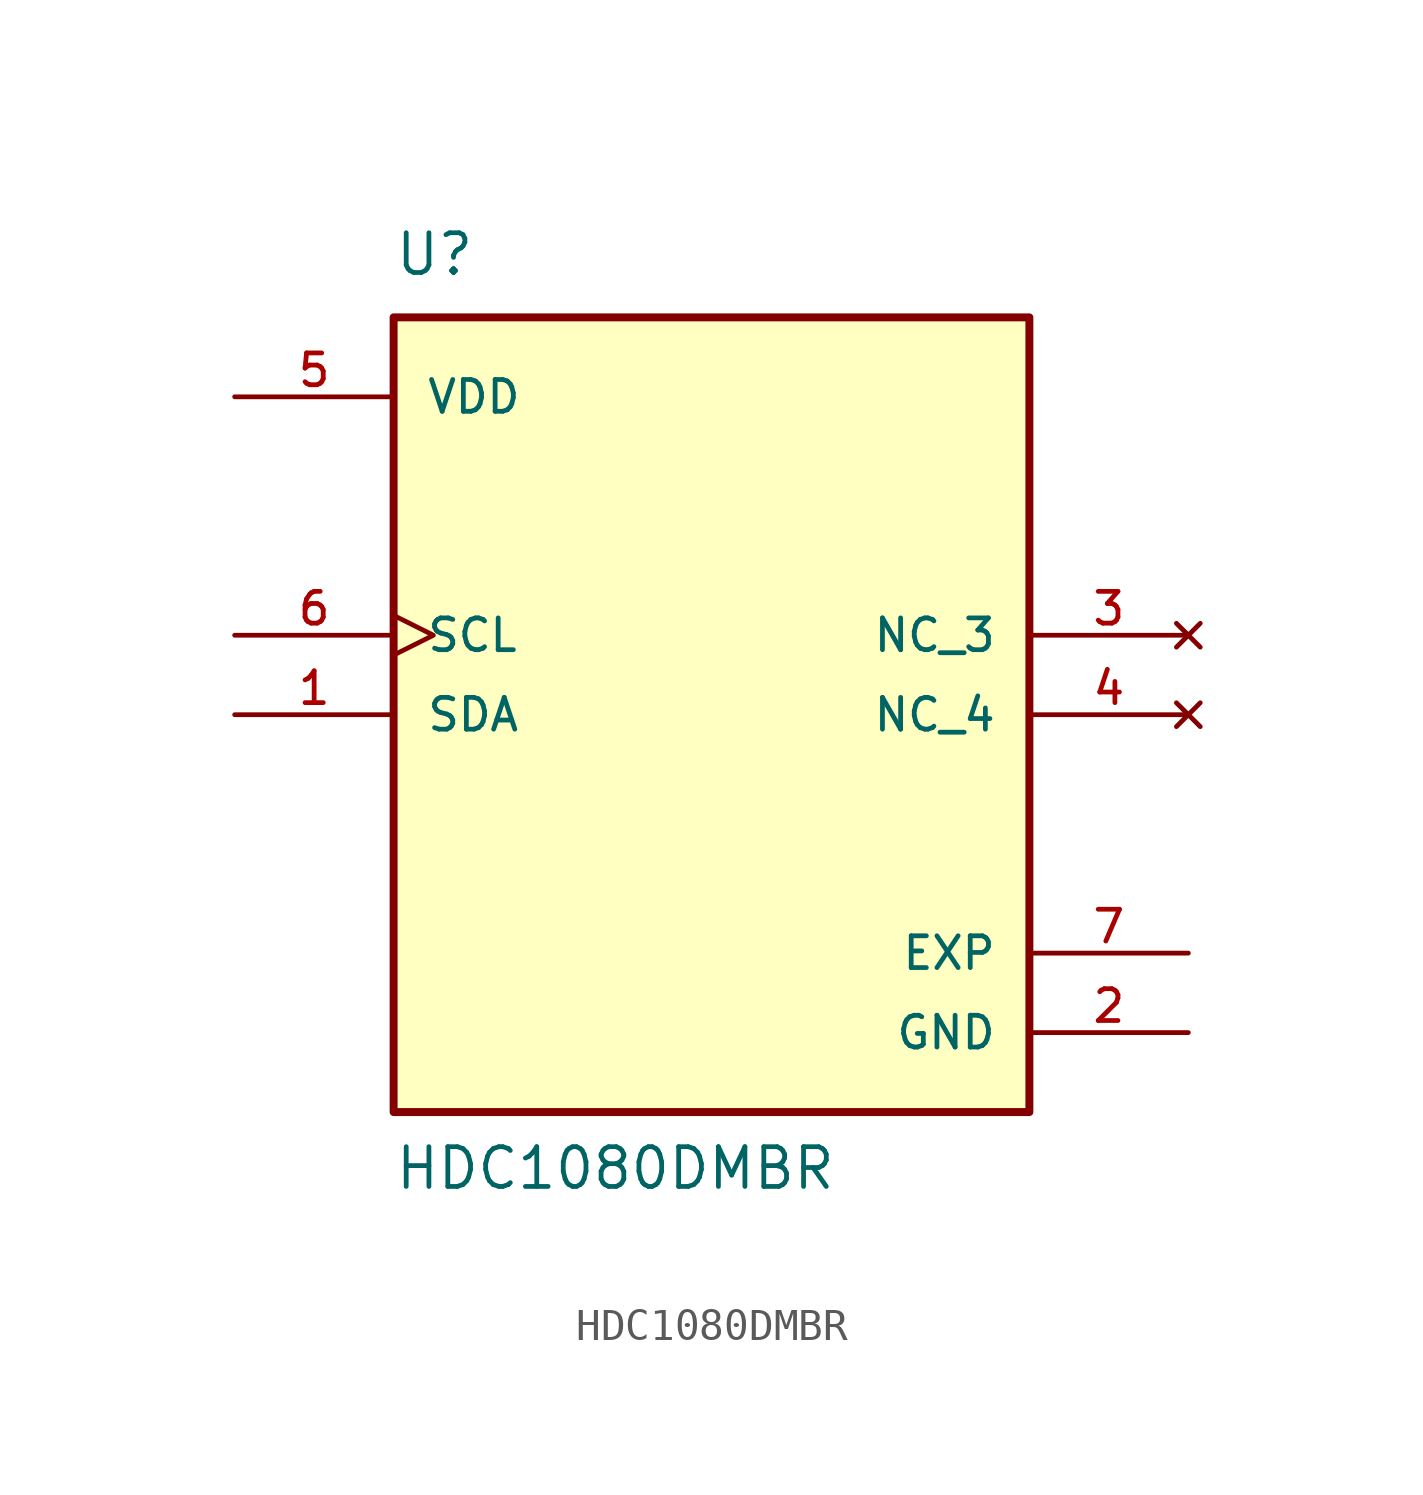
<source format=kicad_sym>
(kicad_symbol_lib
  (version 20211014)
  (generator kicad_symbol_editor)
  (symbol "HDC1080DMBR"
    (pin_names
      (offset 1.016))
    (property "Reference" "U"
      (at -10.16 13.97 0)
      (effects (font (size 1.27 1.27)) (justify bottom left)))
    (property "Value" "HDC1080DMBR"
      (at -10.16 -15.24 0)
      (effects (font (size 1.27 1.27)) (justify bottom left)))
    (symbol "HDC1080DMBR_0_0"
      (rectangle (start -10.16 -12.7) (end 10.16 12.7) (stroke (width 0.254)) (fill (type background)))
      (pin input clock (at -15.24 2.54 0) (length 5.08) (name "SCL" (effects (font (size 1.016 1.016)))) (number "6" (effects (font (size 1.016 1.016)))))
      (pin bidirectional line (at -15.24 0.0 0) (length 5.08) (name "SDA" (effects (font (size 1.016 1.016)))) (number "1" (effects (font (size 1.016 1.016)))))
      (pin power_in line (at -15.24 10.16 0) (length 5.08) (name "VDD" (effects (font (size 1.016 1.016)))) (number "5" (effects (font (size 1.016 1.016)))))
      (pin no_connect line (at 15.24 2.54 180.0) (length 5.08) (name "NC_3" (effects (font (size 1.016 1.016)))) (number "3" (effects (font (size 1.016 1.016)))))
      (pin no_connect line (at 15.24 0.0 180.0) (length 5.08) (name "NC_4" (effects (font (size 1.016 1.016)))) (number "4" (effects (font (size 1.016 1.016)))))
      (pin power_in line (at 15.24 -10.16 180.0) (length 5.08) (name "GND" (effects (font (size 1.016 1.016)))) (number "2" (effects (font (size 1.016 1.016)))))
      (pin passive line (at 15.24 -7.62 180.0) (length 5.08) (name "EXP" (effects (font (size 1.016 1.016)))) (number "7" (effects (font (size 1.016 1.016))))))))
</source>
